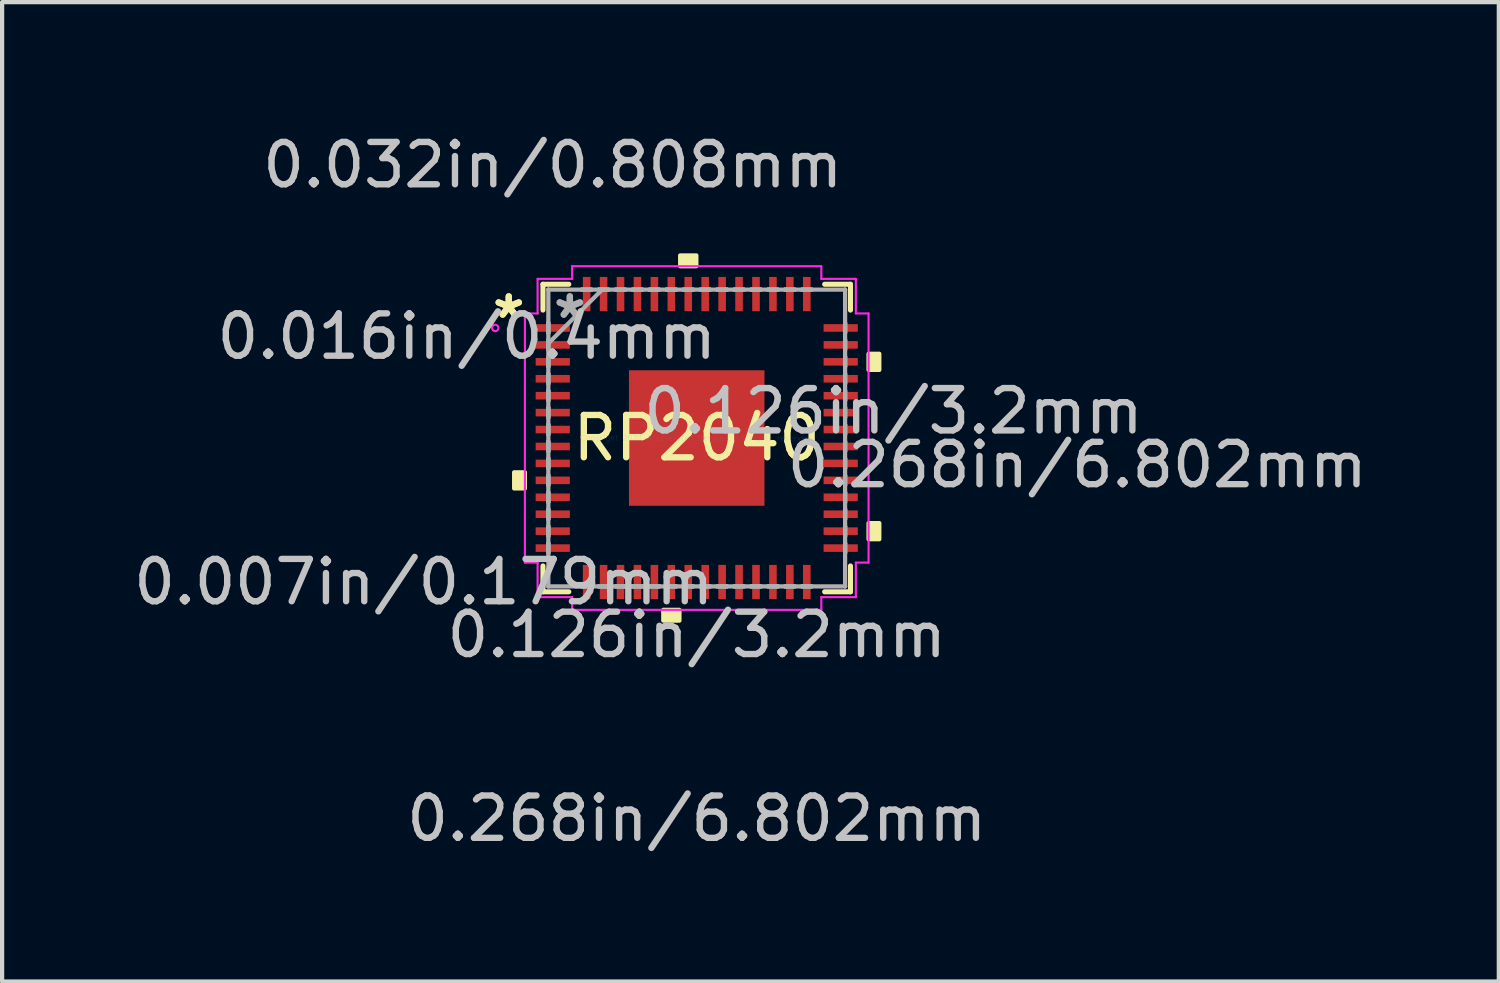
<source format=kicad_pcb>
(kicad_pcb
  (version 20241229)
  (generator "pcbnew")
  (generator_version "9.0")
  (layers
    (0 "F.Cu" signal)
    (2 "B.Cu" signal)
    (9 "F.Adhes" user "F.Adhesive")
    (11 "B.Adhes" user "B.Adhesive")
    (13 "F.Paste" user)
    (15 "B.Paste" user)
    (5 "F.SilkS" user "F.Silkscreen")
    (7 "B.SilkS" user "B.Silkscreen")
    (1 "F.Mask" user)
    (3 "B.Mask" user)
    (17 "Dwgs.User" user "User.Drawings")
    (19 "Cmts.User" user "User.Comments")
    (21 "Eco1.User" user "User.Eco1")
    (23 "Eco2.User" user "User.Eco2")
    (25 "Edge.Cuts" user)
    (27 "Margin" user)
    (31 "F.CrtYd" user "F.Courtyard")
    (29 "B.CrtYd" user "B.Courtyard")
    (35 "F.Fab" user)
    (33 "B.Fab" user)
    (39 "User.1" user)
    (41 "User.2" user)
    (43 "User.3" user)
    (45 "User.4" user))
  (footprint "RP2040"
    (layer "F.Cu")
    (at 13.408 7.297)
    (property "Reference" "RP2040" (at 0 0 0) (layer "F.SilkS") (effects (font (size 1 1) (thickness 0.15))))
    (attr through_hole)
    (fp_line (start -3.632 -3.632) (end -3.632 -3.022) (stroke (width 0.12) (type solid)) (layer "F.SilkS"))
    (fp_line (start -3.632 3.022) (end -3.632 3.632) (stroke (width 0.12) (type solid)) (layer "F.SilkS"))
    (fp_line (start -3.632 3.632) (end -3.022 3.632) (stroke (width 0.12) (type solid)) (layer "F.SilkS"))
    (fp_line (start -3.022 -3.632) (end -3.632 -3.632) (stroke (width 0.12) (type solid)) (layer "F.SilkS"))
    (fp_line (start 3.022 3.632) (end 3.632 3.632) (stroke (width 0.12) (type solid)) (layer "F.SilkS"))
    (fp_line (start 3.632 -3.632) (end 3.022 -3.632) (stroke (width 0.12) (type solid)) (layer "F.SilkS"))
    (fp_line (start 3.632 -3.022) (end 3.632 -3.632) (stroke (width 0.12) (type solid)) (layer "F.SilkS"))
    (fp_line (start 3.632 3.632) (end 3.632 3.022) (stroke (width 0.12) (type solid)) (layer "F.SilkS"))
    (fp_poly (pts (xy -4.313 0.81) (xy -4.313 1.191) (xy -4.059 1.191) (xy -4.059 0.81)) (stroke (width 0.1) (type solid)) (fill yes) (layer "F.SilkS"))
    (fp_poly (pts (xy -0.79 4.059) (xy -0.79 4.313) (xy -0.409 4.313) (xy -0.409 4.059)) (stroke (width 0.1) (type solid)) (fill yes) (layer "F.SilkS"))
    (fp_poly (pts (xy -0.391 -4.059) (xy -0.391 -4.313) (xy -0.009 -4.313) (xy -0.009 -4.059)) (stroke (width 0.1) (type solid)) (fill yes) (layer "F.SilkS"))
    (fp_poly (pts (xy 4.313 -1.99) (xy 4.313 -1.609) (xy 4.059 -1.609) (xy 4.059 -1.99)) (stroke (width 0.1) (type solid)) (fill yes) (layer "F.SilkS"))
    (fp_poly (pts (xy 4.313 2.01) (xy 4.313 2.391) (xy 4.059 2.391) (xy 4.059 2.01)) (stroke (width 0.1) (type solid)) (fill yes) (layer "F.SilkS"))
    (fp_poly (pts (xy -1.5 -1.5) (xy -1.5 -0.1) (xy -0.1 -0.1) (xy -0.1 -1.5)) (stroke (width 0.1) (type solid)) (fill yes) (layer "F.Paste"))
    (fp_poly (pts (xy -1.5 0.1) (xy -1.5 1.5) (xy -0.1 1.5) (xy -0.1 0.1)) (stroke (width 0.1) (type solid)) (fill yes) (layer "F.Paste"))
    (fp_poly (pts (xy 0.1 -1.5) (xy 0.1 -0.1) (xy 1.5 -0.1) (xy 1.5 -1.5)) (stroke (width 0.1) (type solid)) (fill yes) (layer "F.Paste"))
    (fp_poly (pts (xy 0.1 0.1) (xy 0.1 1.5) (xy 1.5 1.5) (xy 1.5 0.1)) (stroke (width 0.1) (type solid)) (fill yes) (layer "F.Paste"))
    (fp_line (start -4.059 -2.943) (end -3.759 -2.943) (stroke (width 0.05) (type solid)) (layer "F.CrtYd"))
    (fp_line (start -4.059 2.943) (end -4.059 -2.943) (stroke (width 0.05) (type solid)) (layer "F.CrtYd"))
    (fp_line (start -3.759 -3.759) (end -2.943 -3.759) (stroke (width 0.05) (type solid)) (layer "F.CrtYd"))
    (fp_line (start -3.759 -2.943) (end -3.759 -3.759) (stroke (width 0.05) (type solid)) (layer "F.CrtYd"))
    (fp_line (start -3.759 2.943) (end -4.059 2.943) (stroke (width 0.05) (type solid)) (layer "F.CrtYd"))
    (fp_line (start -3.759 3.759) (end -3.759 2.943) (stroke (width 0.05) (type solid)) (layer "F.CrtYd"))
    (fp_line (start -2.943 -4.059) (end 2.943 -4.059) (stroke (width 0.05) (type solid)) (layer "F.CrtYd"))
    (fp_line (start -2.943 -3.759) (end -2.943 -4.059) (stroke (width 0.05) (type solid)) (layer "F.CrtYd"))
    (fp_line (start -2.943 3.759) (end -3.759 3.759) (stroke (width 0.05) (type solid)) (layer "F.CrtYd"))
    (fp_line (start -2.943 4.059) (end -2.943 3.759) (stroke (width 0.05) (type solid)) (layer "F.CrtYd"))
    (fp_line (start 2.943 -4.059) (end 2.943 -3.759) (stroke (width 0.05) (type solid)) (layer "F.CrtYd"))
    (fp_line (start 2.943 -3.759) (end 3.759 -3.759) (stroke (width 0.05) (type solid)) (layer "F.CrtYd"))
    (fp_line (start 2.943 3.759) (end 2.943 4.059) (stroke (width 0.05) (type solid)) (layer "F.CrtYd"))
    (fp_line (start 2.943 4.059) (end -2.943 4.059) (stroke (width 0.05) (type solid)) (layer "F.CrtYd"))
    (fp_line (start 3.759 -3.759) (end 3.759 -2.943) (stroke (width 0.05) (type solid)) (layer "F.CrtYd"))
    (fp_line (start 3.759 -2.943) (end 4.059 -2.943) (stroke (width 0.05) (type solid)) (layer "F.CrtYd"))
    (fp_line (start 3.759 2.943) (end 3.759 3.759) (stroke (width 0.05) (type solid)) (layer "F.CrtYd"))
    (fp_line (start 3.759 3.759) (end 2.943 3.759) (stroke (width 0.05) (type solid)) (layer "F.CrtYd"))
    (fp_line (start 4.059 -2.943) (end 4.059 2.943) (stroke (width 0.05) (type solid)) (layer "F.CrtYd"))
    (fp_line (start 4.059 2.943) (end 3.759 2.943) (stroke (width 0.05) (type solid)) (layer "F.CrtYd"))
    (fp_circle (center -4.76 -2.6) (end -4.684 -2.6) (stroke (width 0.05) (type solid)) (fill no) (layer "F.CrtYd"))
    (fp_line (start -3.505 -3.505) (end -3.505 -3.505) (stroke (width 0.1) (type solid)) (layer "F.Fab"))
    (fp_line (start -3.505 -3.505) (end -3.505 3.505) (stroke (width 0.1) (type solid)) (layer "F.Fab"))
    (fp_line (start -3.505 -2.714) (end -3.505 -2.714) (stroke (width 0.1) (type solid)) (layer "F.Fab"))
    (fp_line (start -3.505 -2.714) (end -3.505 -2.486) (stroke (width 0.1) (type solid)) (layer "F.Fab"))
    (fp_line (start -3.505 -2.486) (end -3.505 -2.714) (stroke (width 0.1) (type solid)) (layer "F.Fab"))
    (fp_line (start -3.505 -2.486) (end -3.505 -2.486) (stroke (width 0.1) (type solid)) (layer "F.Fab"))
    (fp_line (start -3.505 -2.314) (end -3.505 -2.314) (stroke (width 0.1) (type solid)) (layer "F.Fab"))
    (fp_line (start -3.505 -2.314) (end -3.505 -2.086) (stroke (width 0.1) (type solid)) (layer "F.Fab"))
    (fp_line (start -3.505 -2.235) (end -2.235 -3.505) (stroke (width 0.1) (type solid)) (layer "F.Fab"))
    (fp_line (start -3.505 -2.086) (end -3.505 -2.314) (stroke (width 0.1) (type solid)) (layer "F.Fab"))
    (fp_line (start -3.505 -2.086) (end -3.505 -2.086) (stroke (width 0.1) (type solid)) (layer "F.Fab"))
    (fp_line (start -3.505 -1.914) (end -3.505 -1.914) (stroke (width 0.1) (type solid)) (layer "F.Fab"))
    (fp_line (start -3.505 -1.914) (end -3.505 -1.686) (stroke (width 0.1) (type solid)) (layer "F.Fab"))
    (fp_line (start -3.505 -1.686) (end -3.505 -1.914) (stroke (width 0.1) (type solid)) (layer "F.Fab"))
    (fp_line (start -3.505 -1.686) (end -3.505 -1.686) (stroke (width 0.1) (type solid)) (layer "F.Fab"))
    (fp_line (start -3.505 -1.514) (end -3.505 -1.514) (stroke (width 0.1) (type solid)) (layer "F.Fab"))
    (fp_line (start -3.505 -1.514) (end -3.505 -1.286) (stroke (width 0.1) (type solid)) (layer "F.Fab"))
    (fp_line (start -3.505 -1.286) (end -3.505 -1.514) (stroke (width 0.1) (type solid)) (layer "F.Fab"))
    (fp_line (start -3.505 -1.286) (end -3.505 -1.286) (stroke (width 0.1) (type solid)) (layer "F.Fab"))
    (fp_line (start -3.505 -1.114) (end -3.505 -1.114) (stroke (width 0.1) (type solid)) (layer "F.Fab"))
    (fp_line (start -3.505 -1.114) (end -3.505 -0.886) (stroke (width 0.1) (type solid)) (layer "F.Fab"))
    (fp_line (start -3.505 -0.886) (end -3.505 -1.114) (stroke (width 0.1) (type solid)) (layer "F.Fab"))
    (fp_line (start -3.505 -0.886) (end -3.505 -0.886) (stroke (width 0.1) (type solid)) (layer "F.Fab"))
    (fp_line (start -3.505 -0.714) (end -3.505 -0.714) (stroke (width 0.1) (type solid)) (layer "F.Fab"))
    (fp_line (start -3.505 -0.714) (end -3.505 -0.486) (stroke (width 0.1) (type solid)) (layer "F.Fab"))
    (fp_line (start -3.505 -0.486) (end -3.505 -0.714) (stroke (width 0.1) (type solid)) (layer "F.Fab"))
    (fp_line (start -3.505 -0.486) (end -3.505 -0.486) (stroke (width 0.1) (type solid)) (layer "F.Fab"))
    (fp_line (start -3.505 -0.314) (end -3.505 -0.314) (stroke (width 0.1) (type solid)) (layer "F.Fab"))
    (fp_line (start -3.505 -0.314) (end -3.505 -0.086) (stroke (width 0.1) (type solid)) (layer "F.Fab"))
    (fp_line (start -3.505 -0.086) (end -3.505 -0.314) (stroke (width 0.1) (type solid)) (layer "F.Fab"))
    (fp_line (start -3.505 -0.086) (end -3.505 -0.086) (stroke (width 0.1) (type solid)) (layer "F.Fab"))
    (fp_line (start -3.505 0.086) (end -3.505 0.086) (stroke (width 0.1) (type solid)) (layer "F.Fab"))
    (fp_line (start -3.505 0.086) (end -3.505 0.314) (stroke (width 0.1) (type solid)) (layer "F.Fab"))
    (fp_line (start -3.505 0.314) (end -3.505 0.086) (stroke (width 0.1) (type solid)) (layer "F.Fab"))
    (fp_line (start -3.505 0.314) (end -3.505 0.314) (stroke (width 0.1) (type solid)) (layer "F.Fab"))
    (fp_line (start -3.505 0.486) (end -3.505 0.486) (stroke (width 0.1) (type solid)) (layer "F.Fab"))
    (fp_line (start -3.505 0.486) (end -3.505 0.714) (stroke (width 0.1) (type solid)) (layer "F.Fab"))
    (fp_line (start -3.505 0.714) (end -3.505 0.486) (stroke (width 0.1) (type solid)) (layer "F.Fab"))
    (fp_line (start -3.505 0.714) (end -3.505 0.714) (stroke (width 0.1) (type solid)) (layer "F.Fab"))
    (fp_line (start -3.505 0.886) (end -3.505 0.886) (stroke (width 0.1) (type solid)) (layer "F.Fab"))
    (fp_line (start -3.505 0.886) (end -3.505 1.114) (stroke (width 0.1) (type solid)) (layer "F.Fab"))
    (fp_line (start -3.505 1.114) (end -3.505 0.886) (stroke (width 0.1) (type solid)) (layer "F.Fab"))
    (fp_line (start -3.505 1.114) (end -3.505 1.114) (stroke (width 0.1) (type solid)) (layer "F.Fab"))
    (fp_line (start -3.505 1.286) (end -3.505 1.286) (stroke (width 0.1) (type solid)) (layer "F.Fab"))
    (fp_line (start -3.505 1.286) (end -3.505 1.514) (stroke (width 0.1) (type solid)) (layer "F.Fab"))
    (fp_line (start -3.505 1.514) (end -3.505 1.286) (stroke (width 0.1) (type solid)) (layer "F.Fab"))
    (fp_line (start -3.505 1.514) (end -3.505 1.514) (stroke (width 0.1) (type solid)) (layer "F.Fab"))
    (fp_line (start -3.505 1.686) (end -3.505 1.686) (stroke (width 0.1) (type solid)) (layer "F.Fab"))
    (fp_line (start -3.505 1.686) (end -3.505 1.914) (stroke (width 0.1) (type solid)) (layer "F.Fab"))
    (fp_line (start -3.505 1.914) (end -3.505 1.686) (stroke (width 0.1) (type solid)) (layer "F.Fab"))
    (fp_line (start -3.505 1.914) (end -3.505 1.914) (stroke (width 0.1) (type solid)) (layer "F.Fab"))
    (fp_line (start -3.505 2.086) (end -3.505 2.086) (stroke (width 0.1) (type solid)) (layer "F.Fab"))
    (fp_line (start -3.505 2.086) (end -3.505 2.314) (stroke (width 0.1) (type solid)) (layer "F.Fab"))
    (fp_line (start -3.505 2.314) (end -3.505 2.086) (stroke (width 0.1) (type solid)) (layer "F.Fab"))
    (fp_line (start -3.505 2.314) (end -3.505 2.314) (stroke (width 0.1) (type solid)) (layer "F.Fab"))
    (fp_line (start -3.505 2.486) (end -3.505 2.486) (stroke (width 0.1) (type solid)) (layer "F.Fab"))
    (fp_line (start -3.505 2.486) (end -3.505 2.714) (stroke (width 0.1) (type solid)) (layer "F.Fab"))
    (fp_line (start -3.505 2.714) (end -3.505 2.486) (stroke (width 0.1) (type solid)) (layer "F.Fab"))
    (fp_line (start -3.505 2.714) (end -3.505 2.714) (stroke (width 0.1) (type solid)) (layer "F.Fab"))
    (fp_line (start -3.505 3.505) (end -3.505 3.505) (stroke (width 0.1) (type solid)) (layer "F.Fab"))
    (fp_line (start -3.505 3.505) (end 3.505 3.505) (stroke (width 0.1) (type solid)) (layer "F.Fab"))
    (fp_line (start -2.714 -3.505) (end -2.714 -3.505) (stroke (width 0.1) (type solid)) (layer "F.Fab"))
    (fp_line (start -2.714 -3.505) (end -2.486 -3.505) (stroke (width 0.1) (type solid)) (layer "F.Fab"))
    (fp_line (start -2.714 3.505) (end -2.714 3.505) (stroke (width 0.1) (type solid)) (layer "F.Fab"))
    (fp_line (start -2.714 3.505) (end -2.486 3.505) (stroke (width 0.1) (type solid)) (layer "F.Fab"))
    (fp_line (start -2.486 -3.505) (end -2.714 -3.505) (stroke (width 0.1) (type solid)) (layer "F.Fab"))
    (fp_line (start -2.486 -3.505) (end -2.486 -3.505) (stroke (width 0.1) (type solid)) (layer "F.Fab"))
    (fp_line (start -2.486 3.505) (end -2.714 3.505) (stroke (width 0.1) (type solid)) (layer "F.Fab"))
    (fp_line (start -2.486 3.505) (end -2.486 3.505) (stroke (width 0.1) (type solid)) (layer "F.Fab"))
    (fp_line (start -2.314 -3.505) (end -2.314 -3.505) (stroke (width 0.1) (type solid)) (layer "F.Fab"))
    (fp_line (start -2.314 -3.505) (end -2.086 -3.505) (stroke (width 0.1) (type solid)) (layer "F.Fab"))
    (fp_line (start -2.314 3.505) (end -2.314 3.505) (stroke (width 0.1) (type solid)) (layer "F.Fab"))
    (fp_line (start -2.314 3.505) (end -2.086 3.505) (stroke (width 0.1) (type solid)) (layer "F.Fab"))
    (fp_line (start -2.086 -3.505) (end -2.314 -3.505) (stroke (width 0.1) (type solid)) (layer "F.Fab"))
    (fp_line (start -2.086 -3.505) (end -2.086 -3.505) (stroke (width 0.1) (type solid)) (layer "F.Fab"))
    (fp_line (start -2.086 3.505) (end -2.314 3.505) (stroke (width 0.1) (type solid)) (layer "F.Fab"))
    (fp_line (start -2.086 3.505) (end -2.086 3.505) (stroke (width 0.1) (type solid)) (layer "F.Fab"))
    (fp_line (start -1.914 -3.505) (end -1.914 -3.505) (stroke (width 0.1) (type solid)) (layer "F.Fab"))
    (fp_line (start -1.914 -3.505) (end -1.686 -3.505) (stroke (width 0.1) (type solid)) (layer "F.Fab"))
    (fp_line (start -1.914 3.505) (end -1.914 3.505) (stroke (width 0.1) (type solid)) (layer "F.Fab"))
    (fp_line (start -1.914 3.505) (end -1.686 3.505) (stroke (width 0.1) (type solid)) (layer "F.Fab"))
    (fp_line (start -1.686 -3.505) (end -1.914 -3.505) (stroke (width 0.1) (type solid)) (layer "F.Fab"))
    (fp_line (start -1.686 -3.505) (end -1.686 -3.505) (stroke (width 0.1) (type solid)) (layer "F.Fab"))
    (fp_line (start -1.686 3.505) (end -1.914 3.505) (stroke (width 0.1) (type solid)) (layer "F.Fab"))
    (fp_line (start -1.686 3.505) (end -1.686 3.505) (stroke (width 0.1) (type solid)) (layer "F.Fab"))
    (fp_line (start -1.514 -3.505) (end -1.514 -3.505) (stroke (width 0.1) (type solid)) (layer "F.Fab"))
    (fp_line (start -1.514 -3.505) (end -1.286 -3.505) (stroke (width 0.1) (type solid)) (layer "F.Fab"))
    (fp_line (start -1.514 3.505) (end -1.514 3.505) (stroke (width 0.1) (type solid)) (layer "F.Fab"))
    (fp_line (start -1.514 3.505) (end -1.286 3.505) (stroke (width 0.1) (type solid)) (layer "F.Fab"))
    (fp_line (start -1.286 -3.505) (end -1.514 -3.505) (stroke (width 0.1) (type solid)) (layer "F.Fab"))
    (fp_line (start -1.286 -3.505) (end -1.286 -3.505) (stroke (width 0.1) (type solid)) (layer "F.Fab"))
    (fp_line (start -1.286 3.505) (end -1.514 3.505) (stroke (width 0.1) (type solid)) (layer "F.Fab"))
    (fp_line (start -1.286 3.505) (end -1.286 3.505) (stroke (width 0.1) (type solid)) (layer "F.Fab"))
    (fp_line (start -1.114 -3.505) (end -1.114 -3.505) (stroke (width 0.1) (type solid)) (layer "F.Fab"))
    (fp_line (start -1.114 -3.505) (end -0.886 -3.505) (stroke (width 0.1) (type solid)) (layer "F.Fab"))
    (fp_line (start -1.114 3.505) (end -1.114 3.505) (stroke (width 0.1) (type solid)) (layer "F.Fab"))
    (fp_line (start -1.114 3.505) (end -0.886 3.505) (stroke (width 0.1) (type solid)) (layer "F.Fab"))
    (fp_line (start -0.886 -3.505) (end -1.114 -3.505) (stroke (width 0.1) (type solid)) (layer "F.Fab"))
    (fp_line (start -0.886 -3.505) (end -0.886 -3.505) (stroke (width 0.1) (type solid)) (layer "F.Fab"))
    (fp_line (start -0.886 3.505) (end -1.114 3.505) (stroke (width 0.1) (type solid)) (layer "F.Fab"))
    (fp_line (start -0.886 3.505) (end -0.886 3.505) (stroke (width 0.1) (type solid)) (layer "F.Fab"))
    (fp_line (start -0.714 -3.505) (end -0.714 -3.505) (stroke (width 0.1) (type solid)) (layer "F.Fab"))
    (fp_line (start -0.714 -3.505) (end -0.486 -3.505) (stroke (width 0.1) (type solid)) (layer "F.Fab"))
    (fp_line (start -0.714 3.505) (end -0.714 3.505) (stroke (width 0.1) (type solid)) (layer "F.Fab"))
    (fp_line (start -0.714 3.505) (end -0.486 3.505) (stroke (width 0.1) (type solid)) (layer "F.Fab"))
    (fp_line (start -0.486 -3.505) (end -0.714 -3.505) (stroke (width 0.1) (type solid)) (layer "F.Fab"))
    (fp_line (start -0.486 -3.505) (end -0.486 -3.505) (stroke (width 0.1) (type solid)) (layer "F.Fab"))
    (fp_line (start -0.486 3.505) (end -0.714 3.505) (stroke (width 0.1) (type solid)) (layer "F.Fab"))
    (fp_line (start -0.486 3.505) (end -0.486 3.505) (stroke (width 0.1) (type solid)) (layer "F.Fab"))
    (fp_line (start -0.314 -3.505) (end -0.314 -3.505) (stroke (width 0.1) (type solid)) (layer "F.Fab"))
    (fp_line (start -0.314 -3.505) (end -0.086 -3.505) (stroke (width 0.1) (type solid)) (layer "F.Fab"))
    (fp_line (start -0.314 3.505) (end -0.314 3.505) (stroke (width 0.1) (type solid)) (layer "F.Fab"))
    (fp_line (start -0.314 3.505) (end -0.086 3.505) (stroke (width 0.1) (type solid)) (layer "F.Fab"))
    (fp_line (start -0.086 -3.505) (end -0.314 -3.505) (stroke (width 0.1) (type solid)) (layer "F.Fab"))
    (fp_line (start -0.086 -3.505) (end -0.086 -3.505) (stroke (width 0.1) (type solid)) (layer "F.Fab"))
    (fp_line (start -0.086 3.505) (end -0.314 3.505) (stroke (width 0.1) (type solid)) (layer "F.Fab"))
    (fp_line (start -0.086 3.505) (end -0.086 3.505) (stroke (width 0.1) (type solid)) (layer "F.Fab"))
    (fp_line (start 0.086 -3.505) (end 0.086 -3.505) (stroke (width 0.1) (type solid)) (layer "F.Fab"))
    (fp_line (start 0.086 -3.505) (end 0.314 -3.505) (stroke (width 0.1) (type solid)) (layer "F.Fab"))
    (fp_line (start 0.086 3.505) (end 0.086 3.505) (stroke (width 0.1) (type solid)) (layer "F.Fab"))
    (fp_line (start 0.086 3.505) (end 0.314 3.505) (stroke (width 0.1) (type solid)) (layer "F.Fab"))
    (fp_line (start 0.314 -3.505) (end 0.086 -3.505) (stroke (width 0.1) (type solid)) (layer "F.Fab"))
    (fp_line (start 0.314 -3.505) (end 0.314 -3.505) (stroke (width 0.1) (type solid)) (layer "F.Fab"))
    (fp_line (start 0.314 3.505) (end 0.086 3.505) (stroke (width 0.1) (type solid)) (layer "F.Fab"))
    (fp_line (start 0.314 3.505) (end 0.314 3.505) (stroke (width 0.1) (type solid)) (layer "F.Fab"))
    (fp_line (start 0.486 -3.505) (end 0.486 -3.505) (stroke (width 0.1) (type solid)) (layer "F.Fab"))
    (fp_line (start 0.486 -3.505) (end 0.714 -3.505) (stroke (width 0.1) (type solid)) (layer "F.Fab"))
    (fp_line (start 0.486 3.505) (end 0.486 3.505) (stroke (width 0.1) (type solid)) (layer "F.Fab"))
    (fp_line (start 0.486 3.505) (end 0.714 3.505) (stroke (width 0.1) (type solid)) (layer "F.Fab"))
    (fp_line (start 0.714 -3.505) (end 0.486 -3.505) (stroke (width 0.1) (type solid)) (layer "F.Fab"))
    (fp_line (start 0.714 -3.505) (end 0.714 -3.505) (stroke (width 0.1) (type solid)) (layer "F.Fab"))
    (fp_line (start 0.714 3.505) (end 0.486 3.505) (stroke (width 0.1) (type solid)) (layer "F.Fab"))
    (fp_line (start 0.714 3.505) (end 0.714 3.505) (stroke (width 0.1) (type solid)) (layer "F.Fab"))
    (fp_line (start 0.886 -3.505) (end 0.886 -3.505) (stroke (width 0.1) (type solid)) (layer "F.Fab"))
    (fp_line (start 0.886 -3.505) (end 1.114 -3.505) (stroke (width 0.1) (type solid)) (layer "F.Fab"))
    (fp_line (start 0.886 3.505) (end 0.886 3.505) (stroke (width 0.1) (type solid)) (layer "F.Fab"))
    (fp_line (start 0.886 3.505) (end 1.114 3.505) (stroke (width 0.1) (type solid)) (layer "F.Fab"))
    (fp_line (start 1.114 -3.505) (end 0.886 -3.505) (stroke (width 0.1) (type solid)) (layer "F.Fab"))
    (fp_line (start 1.114 -3.505) (end 1.114 -3.505) (stroke (width 0.1) (type solid)) (layer "F.Fab"))
    (fp_line (start 1.114 3.505) (end 0.886 3.505) (stroke (width 0.1) (type solid)) (layer "F.Fab"))
    (fp_line (start 1.114 3.505) (end 1.114 3.505) (stroke (width 0.1) (type solid)) (layer "F.Fab"))
    (fp_line (start 1.286 -3.505) (end 1.286 -3.505) (stroke (width 0.1) (type solid)) (layer "F.Fab"))
    (fp_line (start 1.286 -3.505) (end 1.514 -3.505) (stroke (width 0.1) (type solid)) (layer "F.Fab"))
    (fp_line (start 1.286 3.505) (end 1.286 3.505) (stroke (width 0.1) (type solid)) (layer "F.Fab"))
    (fp_line (start 1.286 3.505) (end 1.514 3.505) (stroke (width 0.1) (type solid)) (layer "F.Fab"))
    (fp_line (start 1.514 -3.505) (end 1.286 -3.505) (stroke (width 0.1) (type solid)) (layer "F.Fab"))
    (fp_line (start 1.514 -3.505) (end 1.514 -3.505) (stroke (width 0.1) (type solid)) (layer "F.Fab"))
    (fp_line (start 1.514 3.505) (end 1.286 3.505) (stroke (width 0.1) (type solid)) (layer "F.Fab"))
    (fp_line (start 1.514 3.505) (end 1.514 3.505) (stroke (width 0.1) (type solid)) (layer "F.Fab"))
    (fp_line (start 1.686 -3.505) (end 1.686 -3.505) (stroke (width 0.1) (type solid)) (layer "F.Fab"))
    (fp_line (start 1.686 -3.505) (end 1.914 -3.505) (stroke (width 0.1) (type solid)) (layer "F.Fab"))
    (fp_line (start 1.686 3.505) (end 1.686 3.505) (stroke (width 0.1) (type solid)) (layer "F.Fab"))
    (fp_line (start 1.686 3.505) (end 1.914 3.505) (stroke (width 0.1) (type solid)) (layer "F.Fab"))
    (fp_line (start 1.914 -3.505) (end 1.686 -3.505) (stroke (width 0.1) (type solid)) (layer "F.Fab"))
    (fp_line (start 1.914 -3.505) (end 1.914 -3.505) (stroke (width 0.1) (type solid)) (layer "F.Fab"))
    (fp_line (start 1.914 3.505) (end 1.686 3.505) (stroke (width 0.1) (type solid)) (layer "F.Fab"))
    (fp_line (start 1.914 3.505) (end 1.914 3.505) (stroke (width 0.1) (type solid)) (layer "F.Fab"))
    (fp_line (start 2.086 -3.505) (end 2.086 -3.505) (stroke (width 0.1) (type solid)) (layer "F.Fab"))
    (fp_line (start 2.086 -3.505) (end 2.314 -3.505) (stroke (width 0.1) (type solid)) (layer "F.Fab"))
    (fp_line (start 2.086 3.505) (end 2.086 3.505) (stroke (width 0.1) (type solid)) (layer "F.Fab"))
    (fp_line (start 2.086 3.505) (end 2.314 3.505) (stroke (width 0.1) (type solid)) (layer "F.Fab"))
    (fp_line (start 2.314 -3.505) (end 2.086 -3.505) (stroke (width 0.1) (type solid)) (layer "F.Fab"))
    (fp_line (start 2.314 -3.505) (end 2.314 -3.505) (stroke (width 0.1) (type solid)) (layer "F.Fab"))
    (fp_line (start 2.314 3.505) (end 2.086 3.505) (stroke (width 0.1) (type solid)) (layer "F.Fab"))
    (fp_line (start 2.314 3.505) (end 2.314 3.505) (stroke (width 0.1) (type solid)) (layer "F.Fab"))
    (fp_line (start 2.486 -3.505) (end 2.486 -3.505) (stroke (width 0.1) (type solid)) (layer "F.Fab"))
    (fp_line (start 2.486 -3.505) (end 2.714 -3.505) (stroke (width 0.1) (type solid)) (layer "F.Fab"))
    (fp_line (start 2.486 3.505) (end 2.486 3.505) (stroke (width 0.1) (type solid)) (layer "F.Fab"))
    (fp_line (start 2.486 3.505) (end 2.714 3.505) (stroke (width 0.1) (type solid)) (layer "F.Fab"))
    (fp_line (start 2.714 -3.505) (end 2.486 -3.505) (stroke (width 0.1) (type solid)) (layer "F.Fab"))
    (fp_line (start 2.714 -3.505) (end 2.714 -3.505) (stroke (width 0.1) (type solid)) (layer "F.Fab"))
    (fp_line (start 2.714 3.505) (end 2.486 3.505) (stroke (width 0.1) (type solid)) (layer "F.Fab"))
    (fp_line (start 2.714 3.505) (end 2.714 3.505) (stroke (width 0.1) (type solid)) (layer "F.Fab"))
    (fp_line (start 3.505 -3.505) (end -3.505 -3.505) (stroke (width 0.1) (type solid)) (layer "F.Fab"))
    (fp_line (start 3.505 -3.505) (end 3.505 -3.505) (stroke (width 0.1) (type solid)) (layer "F.Fab"))
    (fp_line (start 3.505 -2.714) (end 3.505 -2.714) (stroke (width 0.1) (type solid)) (layer "F.Fab"))
    (fp_line (start 3.505 -2.714) (end 3.505 -2.486) (stroke (width 0.1) (type solid)) (layer "F.Fab"))
    (fp_line (start 3.505 -2.486) (end 3.505 -2.714) (stroke (width 0.1) (type solid)) (layer "F.Fab"))
    (fp_line (start 3.505 -2.486) (end 3.505 -2.486) (stroke (width 0.1) (type solid)) (layer "F.Fab"))
    (fp_line (start 3.505 -2.314) (end 3.505 -2.314) (stroke (width 0.1) (type solid)) (layer "F.Fab"))
    (fp_line (start 3.505 -2.314) (end 3.505 -2.086) (stroke (width 0.1) (type solid)) (layer "F.Fab"))
    (fp_line (start 3.505 -2.086) (end 3.505 -2.314) (stroke (width 0.1) (type solid)) (layer "F.Fab"))
    (fp_line (start 3.505 -2.086) (end 3.505 -2.086) (stroke (width 0.1) (type solid)) (layer "F.Fab"))
    (fp_line (start 3.505 -1.914) (end 3.505 -1.914) (stroke (width 0.1) (type solid)) (layer "F.Fab"))
    (fp_line (start 3.505 -1.914) (end 3.505 -1.686) (stroke (width 0.1) (type solid)) (layer "F.Fab"))
    (fp_line (start 3.505 -1.686) (end 3.505 -1.914) (stroke (width 0.1) (type solid)) (layer "F.Fab"))
    (fp_line (start 3.505 -1.686) (end 3.505 -1.686) (stroke (width 0.1) (type solid)) (layer "F.Fab"))
    (fp_line (start 3.505 -1.514) (end 3.505 -1.514) (stroke (width 0.1) (type solid)) (layer "F.Fab"))
    (fp_line (start 3.505 -1.514) (end 3.505 -1.286) (stroke (width 0.1) (type solid)) (layer "F.Fab"))
    (fp_line (start 3.505 -1.286) (end 3.505 -1.514) (stroke (width 0.1) (type solid)) (layer "F.Fab"))
    (fp_line (start 3.505 -1.286) (end 3.505 -1.286) (stroke (width 0.1) (type solid)) (layer "F.Fab"))
    (fp_line (start 3.505 -1.114) (end 3.505 -1.114) (stroke (width 0.1) (type solid)) (layer "F.Fab"))
    (fp_line (start 3.505 -1.114) (end 3.505 -0.886) (stroke (width 0.1) (type solid)) (layer "F.Fab"))
    (fp_line (start 3.505 -0.886) (end 3.505 -1.114) (stroke (width 0.1) (type solid)) (layer "F.Fab"))
    (fp_line (start 3.505 -0.886) (end 3.505 -0.886) (stroke (width 0.1) (type solid)) (layer "F.Fab"))
    (fp_line (start 3.505 -0.714) (end 3.505 -0.714) (stroke (width 0.1) (type solid)) (layer "F.Fab"))
    (fp_line (start 3.505 -0.714) (end 3.505 -0.486) (stroke (width 0.1) (type solid)) (layer "F.Fab"))
    (fp_line (start 3.505 -0.486) (end 3.505 -0.714) (stroke (width 0.1) (type solid)) (layer "F.Fab"))
    (fp_line (start 3.505 -0.486) (end 3.505 -0.486) (stroke (width 0.1) (type solid)) (layer "F.Fab"))
    (fp_line (start 3.505 -0.314) (end 3.505 -0.314) (stroke (width 0.1) (type solid)) (layer "F.Fab"))
    (fp_line (start 3.505 -0.314) (end 3.505 -0.086) (stroke (width 0.1) (type solid)) (layer "F.Fab"))
    (fp_line (start 3.505 -0.086) (end 3.505 -0.314) (stroke (width 0.1) (type solid)) (layer "F.Fab"))
    (fp_line (start 3.505 -0.086) (end 3.505 -0.086) (stroke (width 0.1) (type solid)) (layer "F.Fab"))
    (fp_line (start 3.505 0.086) (end 3.505 0.086) (stroke (width 0.1) (type solid)) (layer "F.Fab"))
    (fp_line (start 3.505 0.086) (end 3.505 0.314) (stroke (width 0.1) (type solid)) (layer "F.Fab"))
    (fp_line (start 3.505 0.314) (end 3.505 0.086) (stroke (width 0.1) (type solid)) (layer "F.Fab"))
    (fp_line (start 3.505 0.314) (end 3.505 0.314) (stroke (width 0.1) (type solid)) (layer "F.Fab"))
    (fp_line (start 3.505 0.486) (end 3.505 0.486) (stroke (width 0.1) (type solid)) (layer "F.Fab"))
    (fp_line (start 3.505 0.486) (end 3.505 0.714) (stroke (width 0.1) (type solid)) (layer "F.Fab"))
    (fp_line (start 3.505 0.714) (end 3.505 0.486) (stroke (width 0.1) (type solid)) (layer "F.Fab"))
    (fp_line (start 3.505 0.714) (end 3.505 0.714) (stroke (width 0.1) (type solid)) (layer "F.Fab"))
    (fp_line (start 3.505 0.886) (end 3.505 0.886) (stroke (width 0.1) (type solid)) (layer "F.Fab"))
    (fp_line (start 3.505 0.886) (end 3.505 1.114) (stroke (width 0.1) (type solid)) (layer "F.Fab"))
    (fp_line (start 3.505 1.114) (end 3.505 0.886) (stroke (width 0.1) (type solid)) (layer "F.Fab"))
    (fp_line (start 3.505 1.114) (end 3.505 1.114) (stroke (width 0.1) (type solid)) (layer "F.Fab"))
    (fp_line (start 3.505 1.286) (end 3.505 1.286) (stroke (width 0.1) (type solid)) (layer "F.Fab"))
    (fp_line (start 3.505 1.286) (end 3.505 1.514) (stroke (width 0.1) (type solid)) (layer "F.Fab"))
    (fp_line (start 3.505 1.514) (end 3.505 1.286) (stroke (width 0.1) (type solid)) (layer "F.Fab"))
    (fp_line (start 3.505 1.514) (end 3.505 1.514) (stroke (width 0.1) (type solid)) (layer "F.Fab"))
    (fp_line (start 3.505 1.686) (end 3.505 1.686) (stroke (width 0.1) (type solid)) (layer "F.Fab"))
    (fp_line (start 3.505 1.686) (end 3.505 1.914) (stroke (width 0.1) (type solid)) (layer "F.Fab"))
    (fp_line (start 3.505 1.914) (end 3.505 1.686) (stroke (width 0.1) (type solid)) (layer "F.Fab"))
    (fp_line (start 3.505 1.914) (end 3.505 1.914) (stroke (width 0.1) (type solid)) (layer "F.Fab"))
    (fp_line (start 3.505 2.086) (end 3.505 2.086) (stroke (width 0.1) (type solid)) (layer "F.Fab"))
    (fp_line (start 3.505 2.086) (end 3.505 2.314) (stroke (width 0.1) (type solid)) (layer "F.Fab"))
    (fp_line (start 3.505 2.314) (end 3.505 2.086) (stroke (width 0.1) (type solid)) (layer "F.Fab"))
    (fp_line (start 3.505 2.314) (end 3.505 2.314) (stroke (width 0.1) (type solid)) (layer "F.Fab"))
    (fp_line (start 3.505 2.486) (end 3.505 2.486) (stroke (width 0.1) (type solid)) (layer "F.Fab"))
    (fp_line (start 3.505 2.486) (end 3.505 2.714) (stroke (width 0.1) (type solid)) (layer "F.Fab"))
    (fp_line (start 3.505 2.714) (end 3.505 2.486) (stroke (width 0.1) (type solid)) (layer "F.Fab"))
    (fp_line (start 3.505 2.714) (end 3.505 2.714) (stroke (width 0.1) (type solid)) (layer "F.Fab"))
    (fp_line (start 3.505 3.505) (end 3.505 -3.505) (stroke (width 0.1) (type solid)) (layer "F.Fab"))
    (fp_line (start 3.505 3.505) (end 3.505 3.505) (stroke (width 0.1) (type solid)) (layer "F.Fab"))
    (fp_text user "*" (at -4.44 -2.8 0) (layer "F.SilkS") (effects (font (size 1 1) (thickness 0.15))))
    (fp_text user "*" (at -4.44 -2.8 0) (layer "F.SilkS") (effects (font (size 1 1) (thickness 0.15))))
    (fp_text user "0.268in/6.802mm" (at 8.989 0.635 0) (layer "Dwgs.User") (effects (font (size 1 1) (thickness 0.15))))
    (fp_text user "0.032in/0.808mm" (at -3.401 -6.449 0) (layer "Dwgs.User") (effects (font (size 1 1) (thickness 0.15))))
    (fp_text user "0.268in/6.802mm" (at 0 8.989 0) (layer "Dwgs.User") (effects (font (size 1 1) (thickness 0.15))))
    (fp_text user "0.007in/0.179mm" (at -6.449 3.401 0) (layer "Dwgs.User") (effects (font (size 1 1) (thickness 0.15))))
    (fp_text user "0.126in/3.2mm" (at 4.648 -0.635 0) (layer "Dwgs.User") (effects (font (size 1 1) (thickness 0.15))))
    (fp_text user "0.016in/0.4mm" (at -5.433 -2.4 0) (layer "Dwgs.User") (effects (font (size 1 1) (thickness 0.15))))
    (fp_text user "0.126in/3.2mm" (at 0 4.648 0) (layer "Dwgs.User") (effects (font (size 1 1) (thickness 0.15))))
    (fp_text user "Copyright 2021 Accelerated Designs. All rights reserved." (at 0 0 0) (layer "Cmts.User") (effects (font (size 0.127 0.127) (thickness 0.002))))
    (fp_text user "*" (at -2.997 -2.8 0) (layer "F.Fab") (effects (font (size 1 1) (thickness 0.15))))
    (fp_text user "*" (at -2.997 -2.8 0) (layer "F.Fab") (effects (font (size 1 1) (thickness 0.15))))
    (pad "1" smd rect (at -3.401 -2.6 90) (size 0.179 0.808) (layers "F.Cu" "F.Mask" "F.Paste"))
    (pad "2" smd rect (at -3.401 -2.2 90) (size 0.179 0.808) (layers "F.Cu" "F.Mask" "F.Paste"))
    (pad "3" smd rect (at -3.401 -1.8 90) (size 0.179 0.808) (layers "F.Cu" "F.Mask" "F.Paste"))
    (pad "4" smd rect (at -3.401 -1.4 90) (size 0.179 0.808) (layers "F.Cu" "F.Mask" "F.Paste"))
    (pad "5" smd rect (at -3.401 -1 90) (size 0.179 0.808) (layers "F.Cu" "F.Mask" "F.Paste"))
    (pad "6" smd rect (at -3.401 -0.6 90) (size 0.179 0.808) (layers "F.Cu" "F.Mask" "F.Paste"))
    (pad "7" smd rect (at -3.401 -0.2 90) (size 0.179 0.808) (layers "F.Cu" "F.Mask" "F.Paste"))
    (pad "8" smd rect (at -3.401 0.2 90) (size 0.179 0.808) (layers "F.Cu" "F.Mask" "F.Paste"))
    (pad "9" smd rect (at -3.401 0.6 90) (size 0.179 0.808) (layers "F.Cu" "F.Mask" "F.Paste"))
    (pad "10" smd rect (at -3.401 1 90) (size 0.179 0.808) (layers "F.Cu" "F.Mask" "F.Paste"))
    (pad "11" smd rect (at -3.401 1.4 90) (size 0.179 0.808) (layers "F.Cu" "F.Mask" "F.Paste"))
    (pad "12" smd rect (at -3.401 1.8 90) (size 0.179 0.808) (layers "F.Cu" "F.Mask" "F.Paste"))
    (pad "13" smd rect (at -3.401 2.2 90) (size 0.179 0.808) (layers "F.Cu" "F.Mask" "F.Paste"))
    (pad "14" smd rect (at -3.401 2.6 90) (size 0.179 0.808) (layers "F.Cu" "F.Mask" "F.Paste"))
    (pad "15" smd rect (at -2.6 3.401) (size 0.179 0.808) (layers "F.Cu" "F.Mask" "F.Paste"))
    (pad "16" smd rect (at -2.2 3.401) (size 0.179 0.808) (layers "F.Cu" "F.Mask" "F.Paste"))
    (pad "17" smd rect (at -1.8 3.401) (size 0.179 0.808) (layers "F.Cu" "F.Mask" "F.Paste"))
    (pad "18" smd rect (at -1.4 3.401) (size 0.179 0.808) (layers "F.Cu" "F.Mask" "F.Paste"))
    (pad "19" smd rect (at -1 3.401) (size 0.179 0.808) (layers "F.Cu" "F.Mask" "F.Paste"))
    (pad "20" smd rect (at -0.6 3.401) (size 0.179 0.808) (layers "F.Cu" "F.Mask" "F.Paste"))
    (pad "21" smd rect (at -0.2 3.401) (size 0.179 0.808) (layers "F.Cu" "F.Mask" "F.Paste"))
    (pad "22" smd rect (at 0.2 3.401) (size 0.179 0.808) (layers "F.Cu" "F.Mask" "F.Paste"))
    (pad "23" smd rect (at 0.6 3.401) (size 0.179 0.808) (layers "F.Cu" "F.Mask" "F.Paste"))
    (pad "24" smd rect (at 1 3.401) (size 0.179 0.808) (layers "F.Cu" "F.Mask" "F.Paste"))
    (pad "25" smd rect (at 1.4 3.401) (size 0.179 0.808) (layers "F.Cu" "F.Mask" "F.Paste"))
    (pad "26" smd rect (at 1.8 3.401) (size 0.179 0.808) (layers "F.Cu" "F.Mask" "F.Paste"))
    (pad "27" smd rect (at 2.2 3.401) (size 0.179 0.808) (layers "F.Cu" "F.Mask" "F.Paste"))
    (pad "28" smd rect (at 2.6 3.401) (size 0.179 0.808) (layers "F.Cu" "F.Mask" "F.Paste"))
    (pad "29" smd rect (at 3.401 2.6 90) (size 0.179 0.808) (layers "F.Cu" "F.Mask" "F.Paste"))
    (pad "30" smd rect (at 3.401 2.2 90) (size 0.179 0.808) (layers "F.Cu" "F.Mask" "F.Paste"))
    (pad "31" smd rect (at 3.401 1.8 90) (size 0.179 0.808) (layers "F.Cu" "F.Mask" "F.Paste"))
    (pad "32" smd rect (at 3.401 1.4 90) (size 0.179 0.808) (layers "F.Cu" "F.Mask" "F.Paste"))
    (pad "33" smd rect (at 3.401 1 90) (size 0.179 0.808) (layers "F.Cu" "F.Mask" "F.Paste"))
    (pad "34" smd rect (at 3.401 0.6 90) (size 0.179 0.808) (layers "F.Cu" "F.Mask" "F.Paste"))
    (pad "35" smd rect (at 3.401 0.2 90) (size 0.179 0.808) (layers "F.Cu" "F.Mask" "F.Paste"))
    (pad "36" smd rect (at 3.401 -0.2 90) (size 0.179 0.808) (layers "F.Cu" "F.Mask" "F.Paste"))
    (pad "37" smd rect (at 3.401 -0.6 90) (size 0.179 0.808) (layers "F.Cu" "F.Mask" "F.Paste"))
    (pad "38" smd rect (at 3.401 -1 90) (size 0.179 0.808) (layers "F.Cu" "F.Mask" "F.Paste"))
    (pad "39" smd rect (at 3.401 -1.4 90) (size 0.179 0.808) (layers "F.Cu" "F.Mask" "F.Paste"))
    (pad "40" smd rect (at 3.401 -1.8 90) (size 0.179 0.808) (layers "F.Cu" "F.Mask" "F.Paste"))
    (pad "41" smd rect (at 3.401 -2.2 90) (size 0.179 0.808) (layers "F.Cu" "F.Mask" "F.Paste"))
    (pad "42" smd rect (at 3.401 -2.6 90) (size 0.179 0.808) (layers "F.Cu" "F.Mask" "F.Paste"))
    (pad "43" smd rect (at 2.6 -3.401) (size 0.179 0.808) (layers "F.Cu" "F.Mask" "F.Paste"))
    (pad "44" smd rect (at 2.2 -3.401) (size 0.179 0.808) (layers "F.Cu" "F.Mask" "F.Paste"))
    (pad "45" smd rect (at 1.8 -3.401) (size 0.179 0.808) (layers "F.Cu" "F.Mask" "F.Paste"))
    (pad "46" smd rect (at 1.4 -3.401) (size 0.179 0.808) (layers "F.Cu" "F.Mask" "F.Paste"))
    (pad "47" smd rect (at 1 -3.401) (size 0.179 0.808) (layers "F.Cu" "F.Mask" "F.Paste"))
    (pad "48" smd rect (at 0.6 -3.401) (size 0.179 0.808) (layers "F.Cu" "F.Mask" "F.Paste"))
    (pad "49" smd rect (at 0.2 -3.401) (size 0.179 0.808) (layers "F.Cu" "F.Mask" "F.Paste"))
    (pad "50" smd rect (at -0.2 -3.401) (size 0.179 0.808) (layers "F.Cu" "F.Mask" "F.Paste"))
    (pad "51" smd rect (at -0.6 -3.401) (size 0.179 0.808) (layers "F.Cu" "F.Mask" "F.Paste"))
    (pad "52" smd rect (at -1 -3.401) (size 0.179 0.808) (layers "F.Cu" "F.Mask" "F.Paste"))
    (pad "53" smd rect (at -1.4 -3.401) (size 0.179 0.808) (layers "F.Cu" "F.Mask" "F.Paste"))
    (pad "54" smd rect (at -1.8 -3.401) (size 0.179 0.808) (layers "F.Cu" "F.Mask" "F.Paste"))
    (pad "55" smd rect (at -2.2 -3.401) (size 0.179 0.808) (layers "F.Cu" "F.Mask" "F.Paste"))
    (pad "56" smd rect (at -2.6 -3.401) (size 0.179 0.808) (layers "F.Cu" "F.Mask" "F.Paste"))
    (pad "57" smd rect (at 0 0) (size 3.2 3.2) (layers "F.Cu" "F.Mask")))
  (gr_rect
    (start -3 -3)
    (end 32.355 20.135)
    (stroke (width 0.1) (type default))
    (fill no)
    (layer "Edge.Cuts")))
</source>
